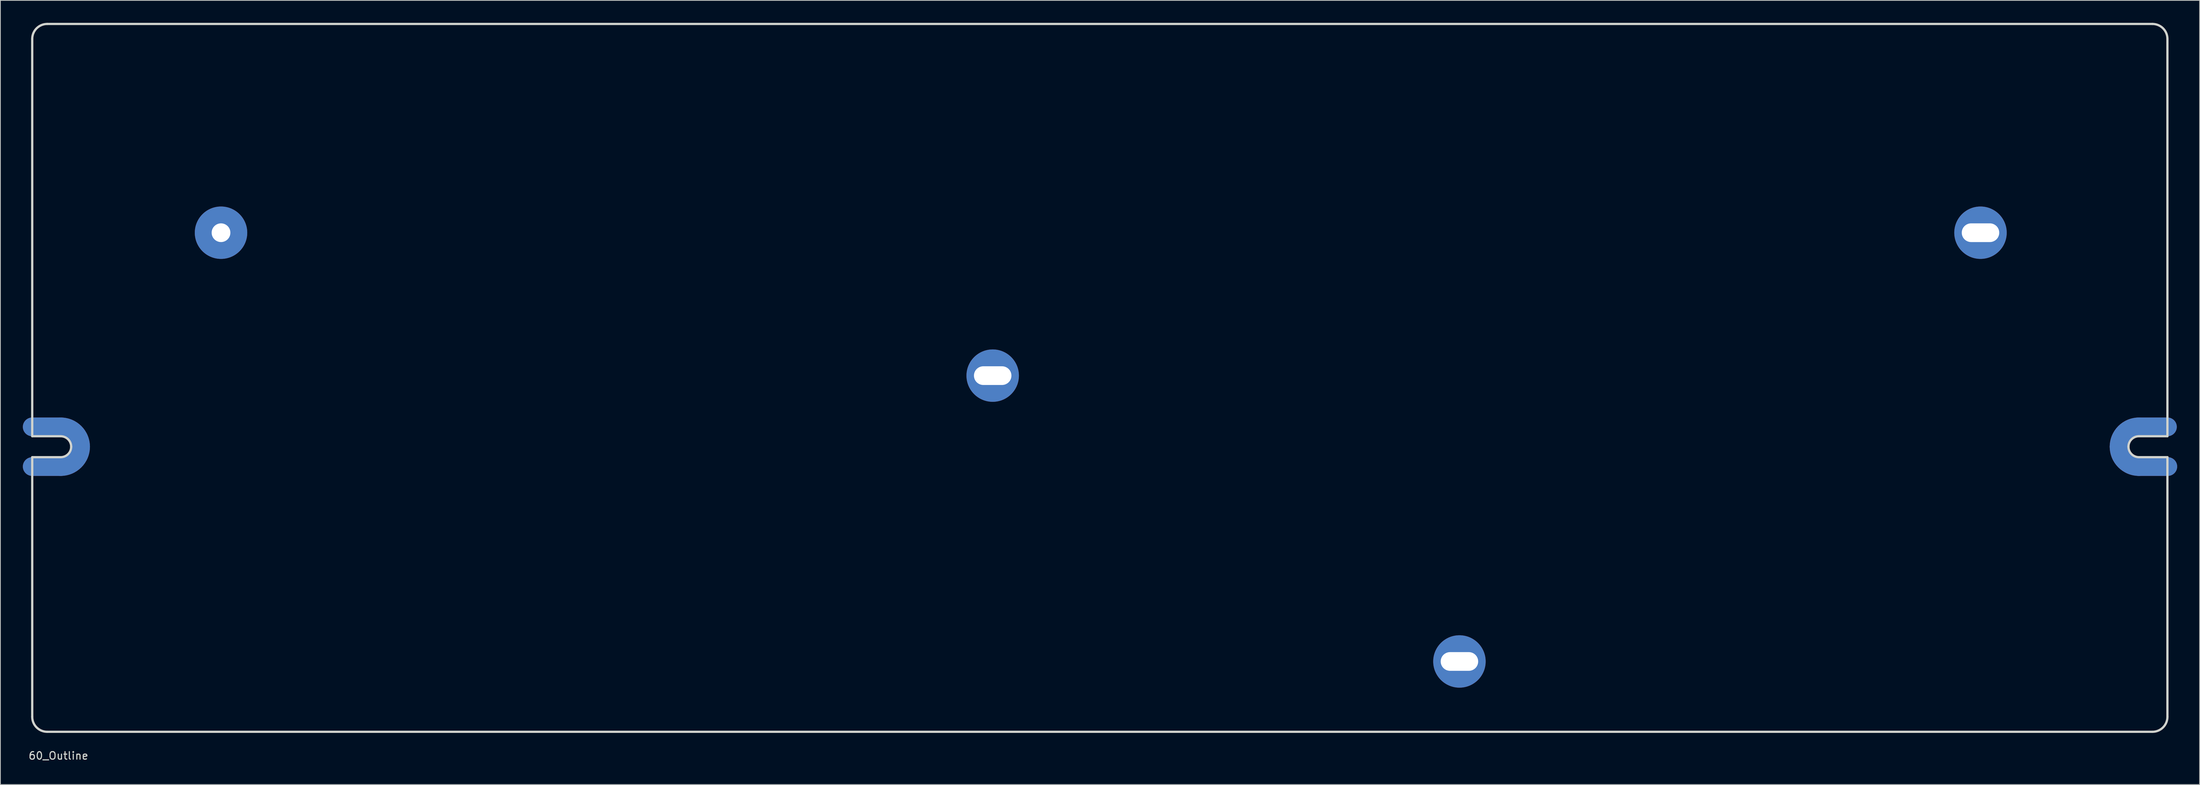
<source format=kicad_pcb>
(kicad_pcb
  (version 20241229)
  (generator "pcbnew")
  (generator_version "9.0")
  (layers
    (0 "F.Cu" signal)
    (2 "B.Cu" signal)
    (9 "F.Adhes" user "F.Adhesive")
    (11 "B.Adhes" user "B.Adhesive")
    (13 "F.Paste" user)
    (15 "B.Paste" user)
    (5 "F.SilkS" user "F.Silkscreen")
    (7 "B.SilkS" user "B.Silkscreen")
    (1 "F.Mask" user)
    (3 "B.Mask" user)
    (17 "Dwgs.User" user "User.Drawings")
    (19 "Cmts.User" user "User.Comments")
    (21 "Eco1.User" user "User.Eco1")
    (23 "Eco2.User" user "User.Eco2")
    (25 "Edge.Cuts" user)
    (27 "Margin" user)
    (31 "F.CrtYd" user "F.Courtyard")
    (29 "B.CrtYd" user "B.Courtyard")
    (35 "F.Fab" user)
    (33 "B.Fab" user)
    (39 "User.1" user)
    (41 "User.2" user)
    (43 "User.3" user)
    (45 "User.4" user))
  (footprint "60_Outline"
    (layer "F.Cu")
    (at 143.751 47.45)
    (property "Reference" "60_Outline" (at -139 50.5 0) (layer "Edge.Cuts") (effects (font (size 1 1) (thickness 0.15))))
    (attr through_hole)
    (fp_line (start -142.5 6.549) (end -138.7 6.549) (stroke (width 2.502) (type solid)) (layer "F.Cu"))
    (fp_line (start -142.5 11.851) (end -138.7 11.851) (stroke (width 2.502) (type solid)) (layer "F.Cu"))
    (fp_line (start 138.7 6.549) (end 142.5 6.549) (stroke (width 2.502) (type solid)) (layer "F.Cu"))
    (fp_line (start 138.7 11.851) (end 142.55 11.851) (stroke (width 2.502) (type solid)) (layer "F.Cu"))
    (fp_arc (start -138.7 6.54905) (mid -136.825495 7.325495) (end -136.04905 9.2) (stroke (width 2.5019) (type solid)) (layer "F.Cu"))
    (fp_arc (start -136.04905 9.2) (mid -136.825495 11.074505) (end -138.7 11.85095) (stroke (width 2.5019) (type solid)) (layer "F.Cu"))
    (fp_arc (start 136.04905 9.2) (mid 136.825495 7.325495) (end 138.7 6.54905) (stroke (width 2.5019) (type solid)) (layer "F.Cu"))
    (fp_arc (start 138.7 11.85095) (mid 136.825495 11.074505) (end 136.04905 9.2) (stroke (width 2.5019) (type solid)) (layer "F.Cu"))
    (fp_line (start -142.5 6.549) (end -138.7 6.549) (stroke (width 2.502) (type solid)) (layer "F.Mask"))
    (fp_line (start -142.5 11.851) (end -138.7 11.851) (stroke (width 2.502) (type solid)) (layer "F.Mask"))
    (fp_line (start 138.7 6.549) (end 142.5 6.549) (stroke (width 2.502) (type solid)) (layer "F.Mask"))
    (fp_line (start 138.7 11.851) (end 142.55 11.851) (stroke (width 2.502) (type solid)) (layer "F.Mask"))
    (fp_arc (start -138.7 6.54905) (mid -136.825495 7.325495) (end -136.04905 9.2) (stroke (width 2.5019) (type solid)) (layer "F.Mask"))
    (fp_arc (start -136.04905 9.2) (mid -136.825495 11.074505) (end -138.7 11.85095) (stroke (width 2.5019) (type solid)) (layer "F.Mask"))
    (fp_arc (start 136.04905 9.2) (mid 136.825495 7.325495) (end 138.7 6.54905) (stroke (width 2.5019) (type solid)) (layer "F.Mask"))
    (fp_arc (start 138.7 11.85095) (mid 136.825495 11.074505) (end 136.04905 9.2) (stroke (width 2.5019) (type solid)) (layer "F.Mask"))
    (fp_line (start -142.5 6.549) (end -138.7 6.549) (stroke (width 2.502) (type solid)) (layer "B.Cu"))
    (fp_line (start -142.5 11.851) (end -138.7 11.851) (stroke (width 2.502) (type solid)) (layer "B.Cu"))
    (fp_line (start 138.7 6.549) (end 142.5 6.549) (stroke (width 2.502) (type solid)) (layer "B.Cu"))
    (fp_line (start 138.7 11.851) (end 142.55 11.851) (stroke (width 2.502) (type solid)) (layer "B.Cu"))
    (fp_arc (start -138.7 6.54905) (mid -136.825495 7.325495) (end -136.04905 9.2) (stroke (width 2.5019) (type solid)) (layer "B.Cu"))
    (fp_arc (start -136.04905 9.2) (mid -136.825495 11.074505) (end -138.7 11.85095) (stroke (width 2.5019) (type solid)) (layer "B.Cu"))
    (fp_arc (start 136.04905 9.2) (mid 136.825495 7.325495) (end 138.7 6.54905) (stroke (width 2.5019) (type solid)) (layer "B.Cu"))
    (fp_arc (start 138.7 11.85095) (mid 136.825495 11.074505) (end 136.04905 9.2) (stroke (width 2.5019) (type solid)) (layer "B.Cu"))
    (fp_line (start -142.5 6.549) (end -138.7 6.549) (stroke (width 2.502) (type solid)) (layer "B.Mask"))
    (fp_line (start -142.5 11.851) (end -138.7 11.851) (stroke (width 2.502) (type solid)) (layer "B.Mask"))
    (fp_line (start 138.7 6.549) (end 142.5 6.549) (stroke (width 2.502) (type solid)) (layer "B.Mask"))
    (fp_line (start 138.7 11.851) (end 142.55 11.851) (stroke (width 2.502) (type solid)) (layer "B.Mask"))
    (fp_arc (start -138.7 6.54905) (mid -136.825495 7.325495) (end -136.04905 9.2) (stroke (width 2.5019) (type solid)) (layer "B.Mask"))
    (fp_arc (start -136.04905 9.2) (mid -136.825495 11.074505) (end -138.7 11.85095) (stroke (width 2.5019) (type solid)) (layer "B.Mask"))
    (fp_arc (start 136.04905 9.2) (mid 136.825495 7.325495) (end 138.7 6.54905) (stroke (width 2.5019) (type solid)) (layer "B.Mask"))
    (fp_arc (start 138.7 11.85095) (mid 136.825495 11.074505) (end 136.04905 9.2) (stroke (width 2.5019) (type solid)) (layer "B.Mask"))
    (fp_line (start -142.5 7.8) (end -142.5 -45.3) (stroke (width 0.3) (type solid)) (layer "Edge.Cuts"))
    (fp_line (start -142.5 10.6) (end -138.7 10.6) (stroke (width 0.3) (type solid)) (layer "Edge.Cuts"))
    (fp_line (start -142.5 45.3) (end -142.5 10.6) (stroke (width 0.3) (type solid)) (layer "Edge.Cuts"))
    (fp_line (start -140.5 47.3) (end 140.5 47.3) (stroke (width 0.3) (type solid)) (layer "Edge.Cuts"))
    (fp_line (start -138.7 7.8) (end -142.5 7.8) (stroke (width 0.3) (type solid)) (layer "Edge.Cuts"))
    (fp_line (start 138.7 7.8) (end 142.5 7.8) (stroke (width 0.3) (type solid)) (layer "Edge.Cuts"))
    (fp_line (start 138.7 10.6) (end 142.5 10.6) (stroke (width 0.3) (type solid)) (layer "Edge.Cuts"))
    (fp_line (start 140.5 -47.3) (end -140.5 -47.3) (stroke (width 0.3) (type solid)) (layer "Edge.Cuts"))
    (fp_line (start 142.5 7.8) (end 142.5 -45.3) (stroke (width 0.3) (type solid)) (layer "Edge.Cuts"))
    (fp_line (start 142.5 10.6) (end 142.5 45.3) (stroke (width 0.3) (type solid)) (layer "Edge.Cuts"))
    (fp_arc (start -142.5 -45.3) (mid -141.914214 -46.714214) (end -140.5 -47.3) (stroke (width 0.3) (type solid)) (layer "Edge.Cuts"))
    (fp_arc (start -140.5 47.3) (mid -141.914214 46.714214) (end -142.5 45.3) (stroke (width 0.3) (type solid)) (layer "Edge.Cuts"))
    (fp_arc (start -138.7 7.8) (mid -137.710051 8.210051) (end -137.3 9.2) (stroke (width 0.3) (type solid)) (layer "Edge.Cuts"))
    (fp_arc (start -137.3 9.2) (mid -137.710051 10.189949) (end -138.7 10.6) (stroke (width 0.3) (type solid)) (layer "Edge.Cuts"))
    (fp_arc (start 137.3 9.2) (mid 137.710051 8.210051) (end 138.7 7.8) (stroke (width 0.3) (type solid)) (layer "Edge.Cuts"))
    (fp_arc (start 138.7 10.6) (mid 137.710051 10.189949) (end 137.3 9.2) (stroke (width 0.3) (type solid)) (layer "Edge.Cuts"))
    (fp_arc (start 140.5 -47.3) (mid 141.914214 -46.714214) (end 142.5 -45.3) (stroke (width 0.3) (type solid)) (layer "Edge.Cuts"))
    (fp_arc (start 142.5 45.3) (mid 141.914214 46.714214) (end 140.5 47.3) (stroke (width 0.3) (type solid)) (layer "Edge.Cuts"))
    (pad "1" thru_hole circle (at -117.3 -19.4) (size 7.001 7.001) (drill 2.499) (layers "*.Cu" "*.Mask"))
    (pad "1" thru_hole circle (at -14.3 -0.3) (size 7 7) (drill oval 5.001 2.499) (layers "*.Cu" "*.Mask"))
    (pad "1" thru_hole circle (at 48 37.9) (size 7 7) (drill oval 5.001 2.499) (layers "*.Cu" "*.Mask"))
    (pad "1" thru_hole circle (at 117.55 -19.4) (size 7 7) (drill oval 5.001 2.499) (layers "*.Cu" "*.Mask")))
  (gr_rect
    (start -3 -3)
    (end 290.552 101.798)
    (stroke (width 0.1) (type default))
    (fill no)
    (layer "Edge.Cuts")))
</source>
